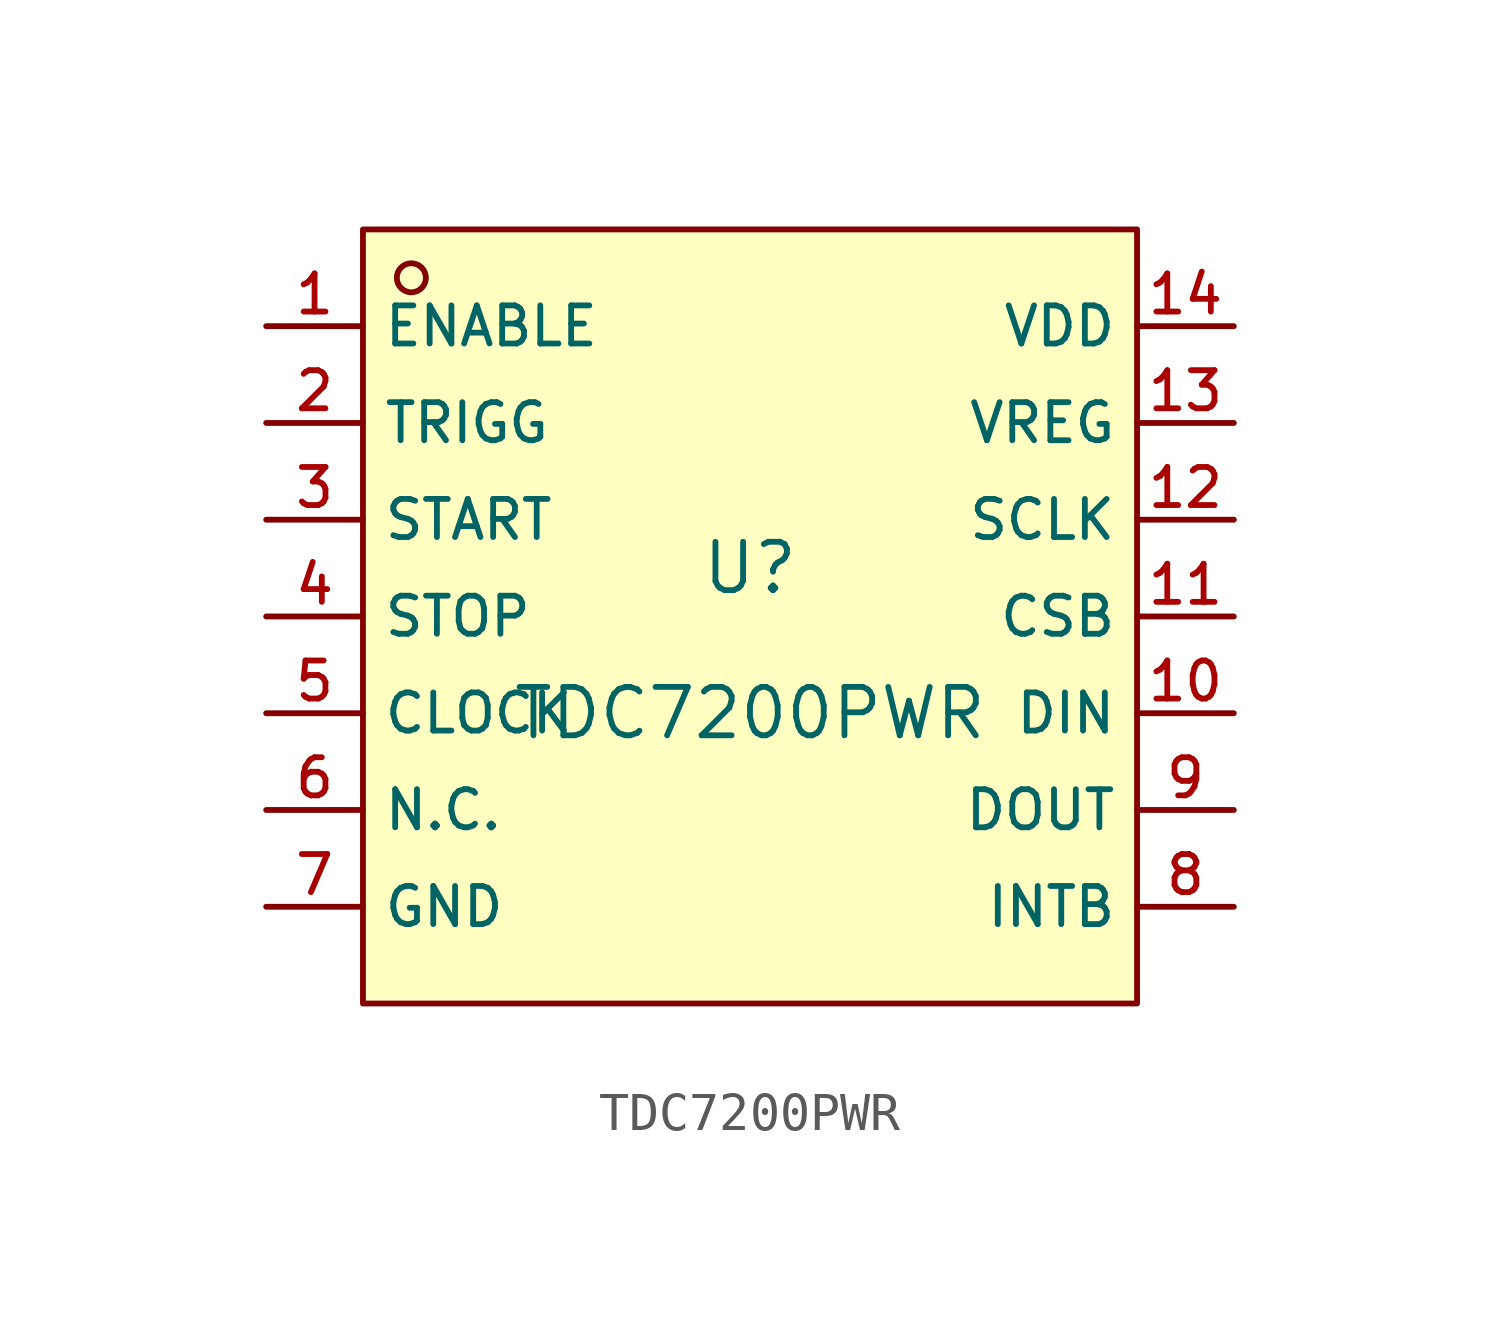
<source format=kicad_sym>
(kicad_symbol_lib
  (version 20210201)
  (generator TousstNicolas/JLC2KiCad_lib)
  (symbol "TDC7200PWR"
    (property "Reference" "U"
      (at 0 1.27 0)
      (effects (font (size 1.27 1.27))))
    (property "Value" "TDC7200PWR"
      (at 0 -2.54 0)
      (effects (font (size 1.27 1.27))))
    (symbol "TDC7200PWR_0_1"
      (rectangle (start -10.16 10.16) (end 10.16 -10.16) (stroke (width 0) (type default) (color 0 0 0 0)) (fill (type background)))
      (circle (center -8.89 8.89) (radius 0.381) (stroke (width 0) (type default) (color 0 0 0 0)) (fill (type background)))
      (pin unspecified line (at -12.7 7.62 0) (length 2.54) (name "ENABLE" (effects (font (size 1 1)))) (number "1" (effects (font (size 1 1)))))
      (pin unspecified line (at -12.7 5.08 0) (length 2.54) (name "TRIGG" (effects (font (size 1 1)))) (number "2" (effects (font (size 1 1)))))
      (pin unspecified line (at -12.7 2.54 0) (length 2.54) (name "START" (effects (font (size 1 1)))) (number "3" (effects (font (size 1 1)))))
      (pin unspecified line (at -12.7 -0.0 0) (length 2.54) (name "STOP" (effects (font (size 1 1)))) (number "4" (effects (font (size 1 1)))))
      (pin unspecified line (at -12.7 -2.54 0) (length 2.54) (name "CLOCK" (effects (font (size 1 1)))) (number "5" (effects (font (size 1 1)))))
      (pin unspecified line (at -12.7 -5.08 0) (length 2.54) (name "N.C." (effects (font (size 1 1)))) (number "6" (effects (font (size 1 1)))))
      (pin unspecified line (at -12.7 -7.62 0) (length 2.54) (name "GND" (effects (font (size 1 1)))) (number "7" (effects (font (size 1 1)))))
      (pin unspecified line (at 12.7 -7.62 180) (length 2.54) (name "INTB" (effects (font (size 1 1)))) (number "8" (effects (font (size 1 1)))))
      (pin unspecified line (at 12.7 -5.08 180) (length 2.54) (name "DOUT" (effects (font (size 1 1)))) (number "9" (effects (font (size 1 1)))))
      (pin unspecified line (at 12.7 -2.54 180) (length 2.54) (name "DIN" (effects (font (size 1 1)))) (number "10" (effects (font (size 1 1)))))
      (pin unspecified line (at 12.7 -0.0 180) (length 2.54) (name "CSB" (effects (font (size 1 1)))) (number "11" (effects (font (size 1 1)))))
      (pin unspecified line (at 12.7 2.54 180) (length 2.54) (name "SCLK" (effects (font (size 1 1)))) (number "12" (effects (font (size 1 1)))))
      (pin unspecified line (at 12.7 5.08 180) (length 2.54) (name "VREG" (effects (font (size 1 1)))) (number "13" (effects (font (size 1 1)))))
      (pin unspecified line (at 12.7 7.62 180) (length 2.54) (name "VDD" (effects (font (size 1 1)))) (number "14" (effects (font (size 1 1))))))))
</source>
